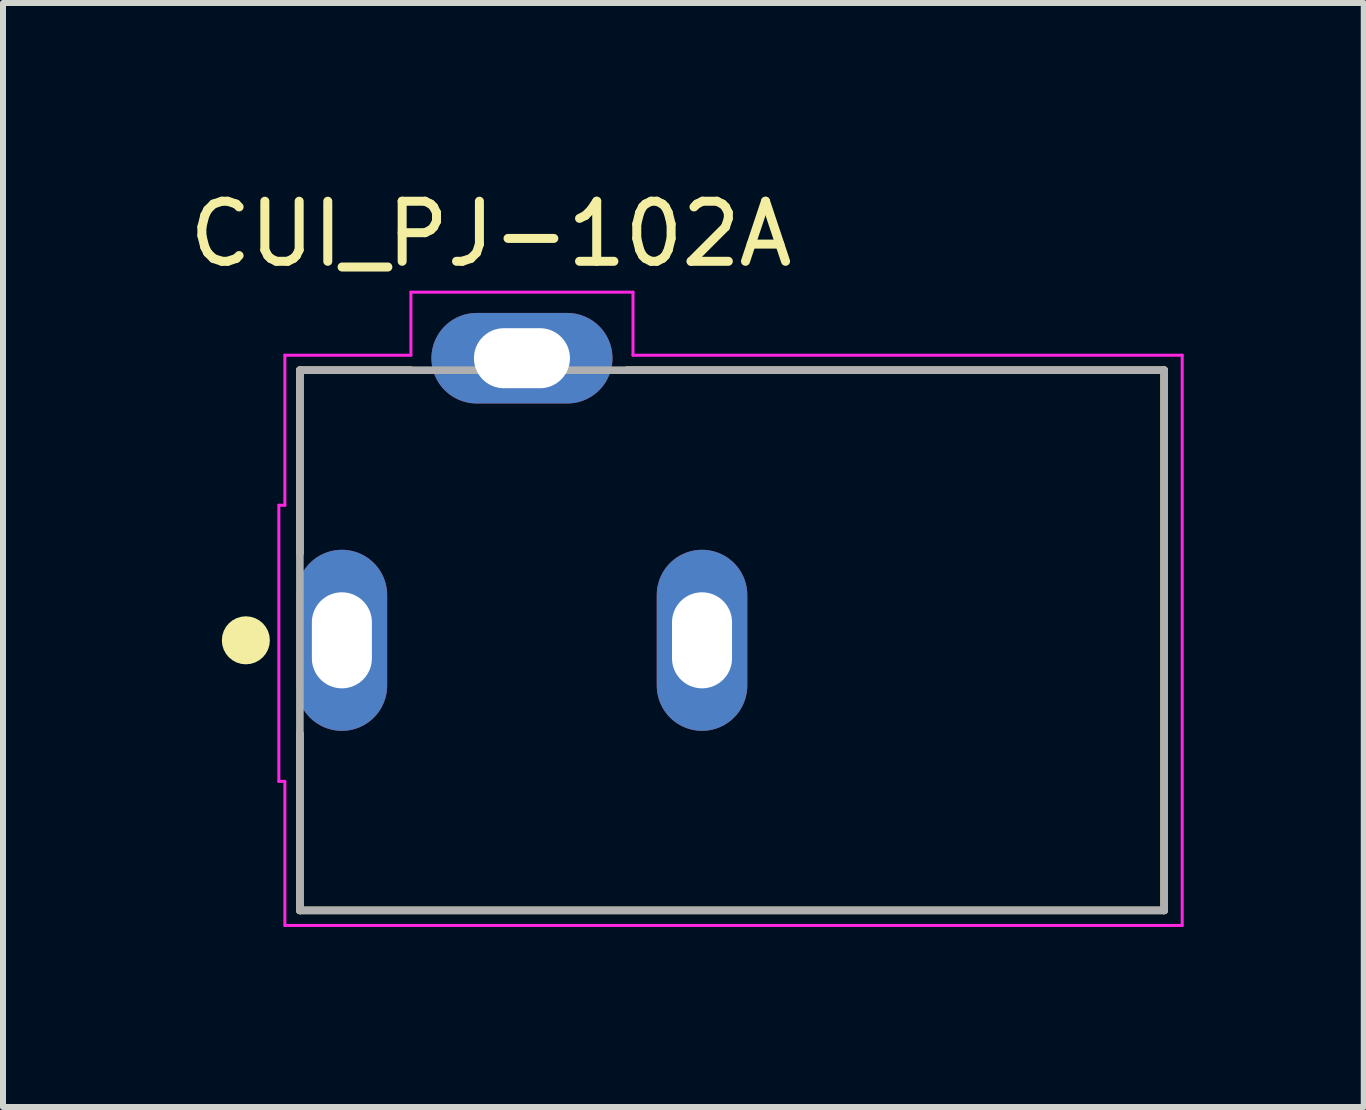
<source format=kicad_pcb>
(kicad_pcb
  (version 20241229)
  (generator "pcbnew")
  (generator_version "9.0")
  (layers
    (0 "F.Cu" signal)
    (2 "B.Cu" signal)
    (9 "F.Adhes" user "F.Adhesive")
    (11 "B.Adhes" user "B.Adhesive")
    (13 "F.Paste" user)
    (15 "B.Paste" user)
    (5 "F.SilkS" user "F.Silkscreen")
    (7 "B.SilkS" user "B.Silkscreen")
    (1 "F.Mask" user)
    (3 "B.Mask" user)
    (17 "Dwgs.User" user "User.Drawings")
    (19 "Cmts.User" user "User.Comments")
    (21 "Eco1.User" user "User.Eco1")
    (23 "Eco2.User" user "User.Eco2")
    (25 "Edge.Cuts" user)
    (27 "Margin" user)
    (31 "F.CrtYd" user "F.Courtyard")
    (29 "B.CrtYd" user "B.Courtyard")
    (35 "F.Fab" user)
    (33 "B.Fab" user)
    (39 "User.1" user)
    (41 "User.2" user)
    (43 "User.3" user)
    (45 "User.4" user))
  (footprint "CUI_PJ-102A"
    (layer "F.Cu")
    (at 9.146 7.618)
    (property "Reference" "CUI_PJ-102A" (at -4.018 -6.77 0) (layer "F.SilkS") (effects (font (size 1.001 1.001) (thickness 0.15))))
    (attr through_hole)
    (fp_line (start -7.2 -4.5) (end -5.35 -4.5) (stroke (width 0.127) (type solid)) (layer "F.SilkS"))
    (fp_line (start -7.2 -1.45) (end -7.2 -4.5) (stroke (width 0.127) (type solid)) (layer "F.SilkS"))
    (fp_line (start -7.2 4.5) (end -7.2 1.55) (stroke (width 0.127) (type solid)) (layer "F.SilkS"))
    (fp_line (start -1.75 -4.5) (end 7.2 -4.5) (stroke (width 0.127) (type solid)) (layer "F.SilkS"))
    (fp_line (start 7.2 -4.5) (end 7.2 4.5) (stroke (width 0.127) (type solid)) (layer "F.SilkS"))
    (fp_line (start 7.2 4.5) (end -7.2 4.5) (stroke (width 0.127) (type solid)) (layer "F.SilkS"))
    (fp_circle (center -8.1 0) (end -7.9 0) (stroke (width 0.4) (type solid)) (fill no) (layer "F.SilkS"))
    (fp_line (start -7.55 -2.25) (end -7.55 2.35) (stroke (width 0.05) (type solid)) (layer "F.CrtYd"))
    (fp_line (start -7.55 2.35) (end -7.45 2.35) (stroke (width 0.05) (type solid)) (layer "F.CrtYd"))
    (fp_line (start -7.45 -4.75) (end -5.35 -4.75) (stroke (width 0.05) (type solid)) (layer "F.CrtYd"))
    (fp_line (start -7.45 -2.25) (end -7.55 -2.25) (stroke (width 0.05) (type solid)) (layer "F.CrtYd"))
    (fp_line (start -7.45 -2.25) (end -7.45 -4.75) (stroke (width 0.05) (type solid)) (layer "F.CrtYd"))
    (fp_line (start -7.45 4.75) (end -7.45 2.35) (stroke (width 0.05) (type solid)) (layer "F.CrtYd"))
    (fp_line (start -5.35 -5.8) (end -1.65 -5.8) (stroke (width 0.05) (type solid)) (layer "F.CrtYd"))
    (fp_line (start -5.35 -4.75) (end -5.35 -5.8) (stroke (width 0.05) (type solid)) (layer "F.CrtYd"))
    (fp_line (start -1.65 -5.8) (end -1.65 -4.75) (stroke (width 0.05) (type solid)) (layer "F.CrtYd"))
    (fp_line (start -1.65 -4.75) (end 7.5 -4.75) (stroke (width 0.05) (type solid)) (layer "F.CrtYd"))
    (fp_line (start 7.5 -4.75) (end 7.5 4.75) (stroke (width 0.05) (type solid)) (layer "F.CrtYd"))
    (fp_line (start 7.5 4.75) (end -7.45 4.75) (stroke (width 0.05) (type solid)) (layer "F.CrtYd"))
    (fp_line (start -7.2 -4.5) (end 7.2 -4.5) (stroke (width 0.127) (type solid)) (layer "F.Fab"))
    (fp_line (start -7.2 4.5) (end -7.2 -4.5) (stroke (width 0.127) (type solid)) (layer "F.Fab"))
    (fp_line (start 7.2 -4.5) (end 7.2 4.5) (stroke (width 0.127) (type solid)) (layer "F.Fab"))
    (fp_line (start 7.2 4.5) (end -7.2 4.5) (stroke (width 0.127) (type solid)) (layer "F.Fab"))
    (pad "1" thru_hole oval (at -6.5 0) (size 1.508 3.016) (drill oval 1 1.6) (layers "*.Cu" "*.Mask"))
    (pad "2" thru_hole oval (at -0.5 0) (size 1.508 3.016) (drill oval 1 1.6) (layers "*.Cu" "*.Mask"))
    (pad "3" thru_hole oval (at -3.5 -4.7) (size 3.016 1.508) (drill oval 1.6 1) (layers "*.Cu" "*.Mask")))
  (gr_rect
    (start -3 -3)
    (end 19.671 15.393)
    (stroke (width 0.1) (type default))
    (fill no)
    (layer "Edge.Cuts")))
</source>
